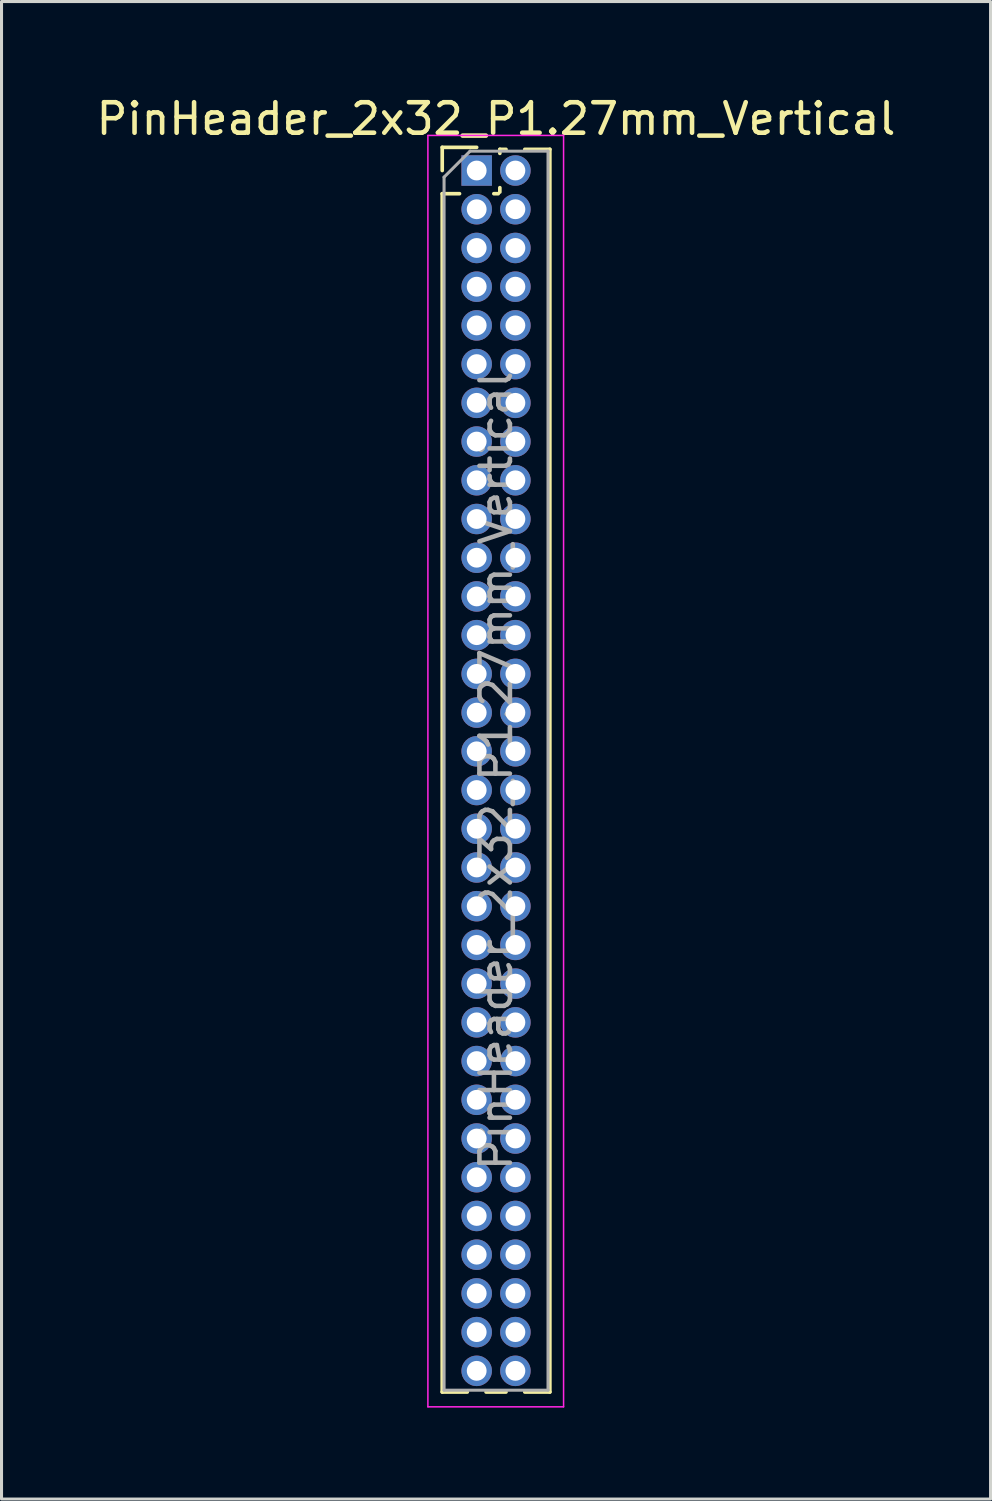
<source format=kicad_pcb>
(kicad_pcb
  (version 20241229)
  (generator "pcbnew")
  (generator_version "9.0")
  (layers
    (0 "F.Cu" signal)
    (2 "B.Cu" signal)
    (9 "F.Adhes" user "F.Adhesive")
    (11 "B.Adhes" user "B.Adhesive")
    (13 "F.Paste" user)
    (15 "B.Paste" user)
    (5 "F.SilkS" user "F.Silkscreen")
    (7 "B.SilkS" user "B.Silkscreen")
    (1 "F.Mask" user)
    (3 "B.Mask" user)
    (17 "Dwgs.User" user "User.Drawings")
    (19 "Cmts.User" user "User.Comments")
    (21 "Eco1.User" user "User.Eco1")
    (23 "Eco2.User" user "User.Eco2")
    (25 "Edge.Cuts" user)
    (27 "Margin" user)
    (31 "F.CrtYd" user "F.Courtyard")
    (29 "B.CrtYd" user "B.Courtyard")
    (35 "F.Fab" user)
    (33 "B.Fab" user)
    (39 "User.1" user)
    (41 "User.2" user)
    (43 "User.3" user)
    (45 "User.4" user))
  (footprint "PinHeader_2x32_P1.27mm_Vertical"
    (layer "F.Cu")
    (at 12.585 2.543)
    (property "Reference" "PinHeader_2x32_P1.27mm_Vertical" (at 0.635 -1.695 0) (layer "F.SilkS") (effects (font (size 1 1) (thickness 0.15))))
    (attr through_hole)
    (fp_line (start -1.13 -0.76) (end 0 -0.76) (stroke (width 0.12) (type solid)) (layer "F.SilkS"))
    (fp_line (start -1.13 0) (end -1.13 -0.76) (stroke (width 0.12) (type solid)) (layer "F.SilkS"))
    (fp_line (start -1.13 0.76) (end -1.13 40.065) (stroke (width 0.12) (type solid)) (layer "F.SilkS"))
    (fp_line (start -1.13 0.76) (end -0.563 0.76) (stroke (width 0.12) (type solid)) (layer "F.SilkS"))
    (fp_line (start -1.13 40.065) (end -0.308 40.065) (stroke (width 0.12) (type solid)) (layer "F.SilkS"))
    (fp_line (start 0.308 40.065) (end 0.962 40.065) (stroke (width 0.12) (type solid)) (layer "F.SilkS"))
    (fp_line (start 0.563 0.76) (end 0.707 0.76) (stroke (width 0.12) (type solid)) (layer "F.SilkS"))
    (fp_line (start 0.76 -0.695) (end 0.962 -0.695) (stroke (width 0.12) (type solid)) (layer "F.SilkS"))
    (fp_line (start 0.76 -0.563) (end 0.76 -0.695) (stroke (width 0.12) (type solid)) (layer "F.SilkS"))
    (fp_line (start 0.76 0.707) (end 0.76 0.563) (stroke (width 0.12) (type solid)) (layer "F.SilkS"))
    (fp_line (start 1.578 -0.695) (end 2.4 -0.695) (stroke (width 0.12) (type solid)) (layer "F.SilkS"))
    (fp_line (start 1.578 40.065) (end 2.4 40.065) (stroke (width 0.12) (type solid)) (layer "F.SilkS"))
    (fp_line (start 2.4 -0.695) (end 2.4 40.065) (stroke (width 0.12) (type solid)) (layer "F.SilkS"))
    (fp_line (start -1.6 -1.15) (end -1.6 40.55) (stroke (width 0.05) (type solid)) (layer "F.CrtYd"))
    (fp_line (start -1.6 40.55) (end 2.85 40.55) (stroke (width 0.05) (type solid)) (layer "F.CrtYd"))
    (fp_line (start 2.85 -1.15) (end -1.6 -1.15) (stroke (width 0.05) (type solid)) (layer "F.CrtYd"))
    (fp_line (start 2.85 40.55) (end 2.85 -1.15) (stroke (width 0.05) (type solid)) (layer "F.CrtYd"))
    (fp_line (start -1.07 0.217) (end -0.217 -0.635) (stroke (width 0.1) (type solid)) (layer "F.Fab"))
    (fp_line (start -1.07 40.005) (end -1.07 0.217) (stroke (width 0.1) (type solid)) (layer "F.Fab"))
    (fp_line (start -0.217 -0.635) (end 2.34 -0.635) (stroke (width 0.1) (type solid)) (layer "F.Fab"))
    (fp_line (start 2.34 -0.635) (end 2.34 40.005) (stroke (width 0.1) (type solid)) (layer "F.Fab"))
    (fp_line (start 2.34 40.005) (end -1.07 40.005) (stroke (width 0.1) (type solid)) (layer "F.Fab"))
    (fp_text user "${REFERENCE}" (at 0.635 19.685 90) (layer "F.Fab") (effects (font (size 1 1) (thickness 0.15))))
    (pad "1" thru_hole rect (at 0 0) (size 1 1) (drill 0.65) (layers "*.Cu" "*.Mask"))
    (pad "2" thru_hole oval (at 1.27 0) (size 1 1) (drill 0.65) (layers "*.Cu" "*.Mask"))
    (pad "3" thru_hole oval (at 0 1.27) (size 1 1) (drill 0.65) (layers "*.Cu" "*.Mask"))
    (pad "4" thru_hole oval (at 1.27 1.27) (size 1 1) (drill 0.65) (layers "*.Cu" "*.Mask"))
    (pad "5" thru_hole oval (at 0 2.54) (size 1 1) (drill 0.65) (layers "*.Cu" "*.Mask"))
    (pad "6" thru_hole oval (at 1.27 2.54) (size 1 1) (drill 0.65) (layers "*.Cu" "*.Mask"))
    (pad "7" thru_hole oval (at 0 3.81) (size 1 1) (drill 0.65) (layers "*.Cu" "*.Mask"))
    (pad "8" thru_hole oval (at 1.27 3.81) (size 1 1) (drill 0.65) (layers "*.Cu" "*.Mask"))
    (pad "9" thru_hole oval (at 0 5.08) (size 1 1) (drill 0.65) (layers "*.Cu" "*.Mask"))
    (pad "10" thru_hole oval (at 1.27 5.08) (size 1 1) (drill 0.65) (layers "*.Cu" "*.Mask"))
    (pad "11" thru_hole oval (at 0 6.35) (size 1 1) (drill 0.65) (layers "*.Cu" "*.Mask"))
    (pad "12" thru_hole oval (at 1.27 6.35) (size 1 1) (drill 0.65) (layers "*.Cu" "*.Mask"))
    (pad "13" thru_hole oval (at 0 7.62) (size 1 1) (drill 0.65) (layers "*.Cu" "*.Mask"))
    (pad "14" thru_hole oval (at 1.27 7.62) (size 1 1) (drill 0.65) (layers "*.Cu" "*.Mask"))
    (pad "15" thru_hole oval (at 0 8.89) (size 1 1) (drill 0.65) (layers "*.Cu" "*.Mask"))
    (pad "16" thru_hole oval (at 1.27 8.89) (size 1 1) (drill 0.65) (layers "*.Cu" "*.Mask"))
    (pad "17" thru_hole oval (at 0 10.16) (size 1 1) (drill 0.65) (layers "*.Cu" "*.Mask"))
    (pad "18" thru_hole oval (at 1.27 10.16) (size 1 1) (drill 0.65) (layers "*.Cu" "*.Mask"))
    (pad "19" thru_hole oval (at 0 11.43) (size 1 1) (drill 0.65) (layers "*.Cu" "*.Mask"))
    (pad "20" thru_hole oval (at 1.27 11.43) (size 1 1) (drill 0.65) (layers "*.Cu" "*.Mask"))
    (pad "21" thru_hole oval (at 0 12.7) (size 1 1) (drill 0.65) (layers "*.Cu" "*.Mask"))
    (pad "22" thru_hole oval (at 1.27 12.7) (size 1 1) (drill 0.65) (layers "*.Cu" "*.Mask"))
    (pad "23" thru_hole oval (at 0 13.97) (size 1 1) (drill 0.65) (layers "*.Cu" "*.Mask"))
    (pad "24" thru_hole oval (at 1.27 13.97) (size 1 1) (drill 0.65) (layers "*.Cu" "*.Mask"))
    (pad "25" thru_hole oval (at 0 15.24) (size 1 1) (drill 0.65) (layers "*.Cu" "*.Mask"))
    (pad "26" thru_hole oval (at 1.27 15.24) (size 1 1) (drill 0.65) (layers "*.Cu" "*.Mask"))
    (pad "27" thru_hole oval (at 0 16.51) (size 1 1) (drill 0.65) (layers "*.Cu" "*.Mask"))
    (pad "28" thru_hole oval (at 1.27 16.51) (size 1 1) (drill 0.65) (layers "*.Cu" "*.Mask"))
    (pad "29" thru_hole oval (at 0 17.78) (size 1 1) (drill 0.65) (layers "*.Cu" "*.Mask"))
    (pad "30" thru_hole oval (at 1.27 17.78) (size 1 1) (drill 0.65) (layers "*.Cu" "*.Mask"))
    (pad "31" thru_hole oval (at 0 19.05) (size 1 1) (drill 0.65) (layers "*.Cu" "*.Mask"))
    (pad "32" thru_hole oval (at 1.27 19.05) (size 1 1) (drill 0.65) (layers "*.Cu" "*.Mask"))
    (pad "33" thru_hole oval (at 0 20.32) (size 1 1) (drill 0.65) (layers "*.Cu" "*.Mask"))
    (pad "34" thru_hole oval (at 1.27 20.32) (size 1 1) (drill 0.65) (layers "*.Cu" "*.Mask"))
    (pad "35" thru_hole oval (at 0 21.59) (size 1 1) (drill 0.65) (layers "*.Cu" "*.Mask"))
    (pad "36" thru_hole oval (at 1.27 21.59) (size 1 1) (drill 0.65) (layers "*.Cu" "*.Mask"))
    (pad "37" thru_hole oval (at 0 22.86) (size 1 1) (drill 0.65) (layers "*.Cu" "*.Mask"))
    (pad "38" thru_hole oval (at 1.27 22.86) (size 1 1) (drill 0.65) (layers "*.Cu" "*.Mask"))
    (pad "39" thru_hole oval (at 0 24.13) (size 1 1) (drill 0.65) (layers "*.Cu" "*.Mask"))
    (pad "40" thru_hole oval (at 1.27 24.13) (size 1 1) (drill 0.65) (layers "*.Cu" "*.Mask"))
    (pad "41" thru_hole oval (at 0 25.4) (size 1 1) (drill 0.65) (layers "*.Cu" "*.Mask"))
    (pad "42" thru_hole oval (at 1.27 25.4) (size 1 1) (drill 0.65) (layers "*.Cu" "*.Mask"))
    (pad "43" thru_hole oval (at 0 26.67) (size 1 1) (drill 0.65) (layers "*.Cu" "*.Mask"))
    (pad "44" thru_hole oval (at 1.27 26.67) (size 1 1) (drill 0.65) (layers "*.Cu" "*.Mask"))
    (pad "45" thru_hole oval (at 0 27.94) (size 1 1) (drill 0.65) (layers "*.Cu" "*.Mask"))
    (pad "46" thru_hole oval (at 1.27 27.94) (size 1 1) (drill 0.65) (layers "*.Cu" "*.Mask"))
    (pad "47" thru_hole oval (at 0 29.21) (size 1 1) (drill 0.65) (layers "*.Cu" "*.Mask"))
    (pad "48" thru_hole oval (at 1.27 29.21) (size 1 1) (drill 0.65) (layers "*.Cu" "*.Mask"))
    (pad "49" thru_hole oval (at 0 30.48) (size 1 1) (drill 0.65) (layers "*.Cu" "*.Mask"))
    (pad "50" thru_hole oval (at 1.27 30.48) (size 1 1) (drill 0.65) (layers "*.Cu" "*.Mask"))
    (pad "51" thru_hole oval (at 0 31.75) (size 1 1) (drill 0.65) (layers "*.Cu" "*.Mask"))
    (pad "52" thru_hole oval (at 1.27 31.75) (size 1 1) (drill 0.65) (layers "*.Cu" "*.Mask"))
    (pad "53" thru_hole oval (at 0 33.02) (size 1 1) (drill 0.65) (layers "*.Cu" "*.Mask"))
    (pad "54" thru_hole oval (at 1.27 33.02) (size 1 1) (drill 0.65) (layers "*.Cu" "*.Mask"))
    (pad "55" thru_hole oval (at 0 34.29) (size 1 1) (drill 0.65) (layers "*.Cu" "*.Mask"))
    (pad "56" thru_hole oval (at 1.27 34.29) (size 1 1) (drill 0.65) (layers "*.Cu" "*.Mask"))
    (pad "57" thru_hole oval (at 0 35.56) (size 1 1) (drill 0.65) (layers "*.Cu" "*.Mask"))
    (pad "58" thru_hole oval (at 1.27 35.56) (size 1 1) (drill 0.65) (layers "*.Cu" "*.Mask"))
    (pad "59" thru_hole oval (at 0 36.83) (size 1 1) (drill 0.65) (layers "*.Cu" "*.Mask"))
    (pad "60" thru_hole oval (at 1.27 36.83) (size 1 1) (drill 0.65) (layers "*.Cu" "*.Mask"))
    (pad "61" thru_hole oval (at 0 38.1) (size 1 1) (drill 0.65) (layers "*.Cu" "*.Mask"))
    (pad "62" thru_hole oval (at 1.27 38.1) (size 1 1) (drill 0.65) (layers "*.Cu" "*.Mask"))
    (pad "63" thru_hole oval (at 0 39.37) (size 1 1) (drill 0.65) (layers "*.Cu" "*.Mask"))
    (pad "64" thru_hole oval (at 1.27 39.37) (size 1 1) (drill 0.65) (layers "*.Cu" "*.Mask")))
  (gr_rect
    (start -3 -3)
    (end 29.44 46.118)
    (stroke (width 0.1) (type default))
    (fill no)
    (layer "Edge.Cuts")))
</source>
